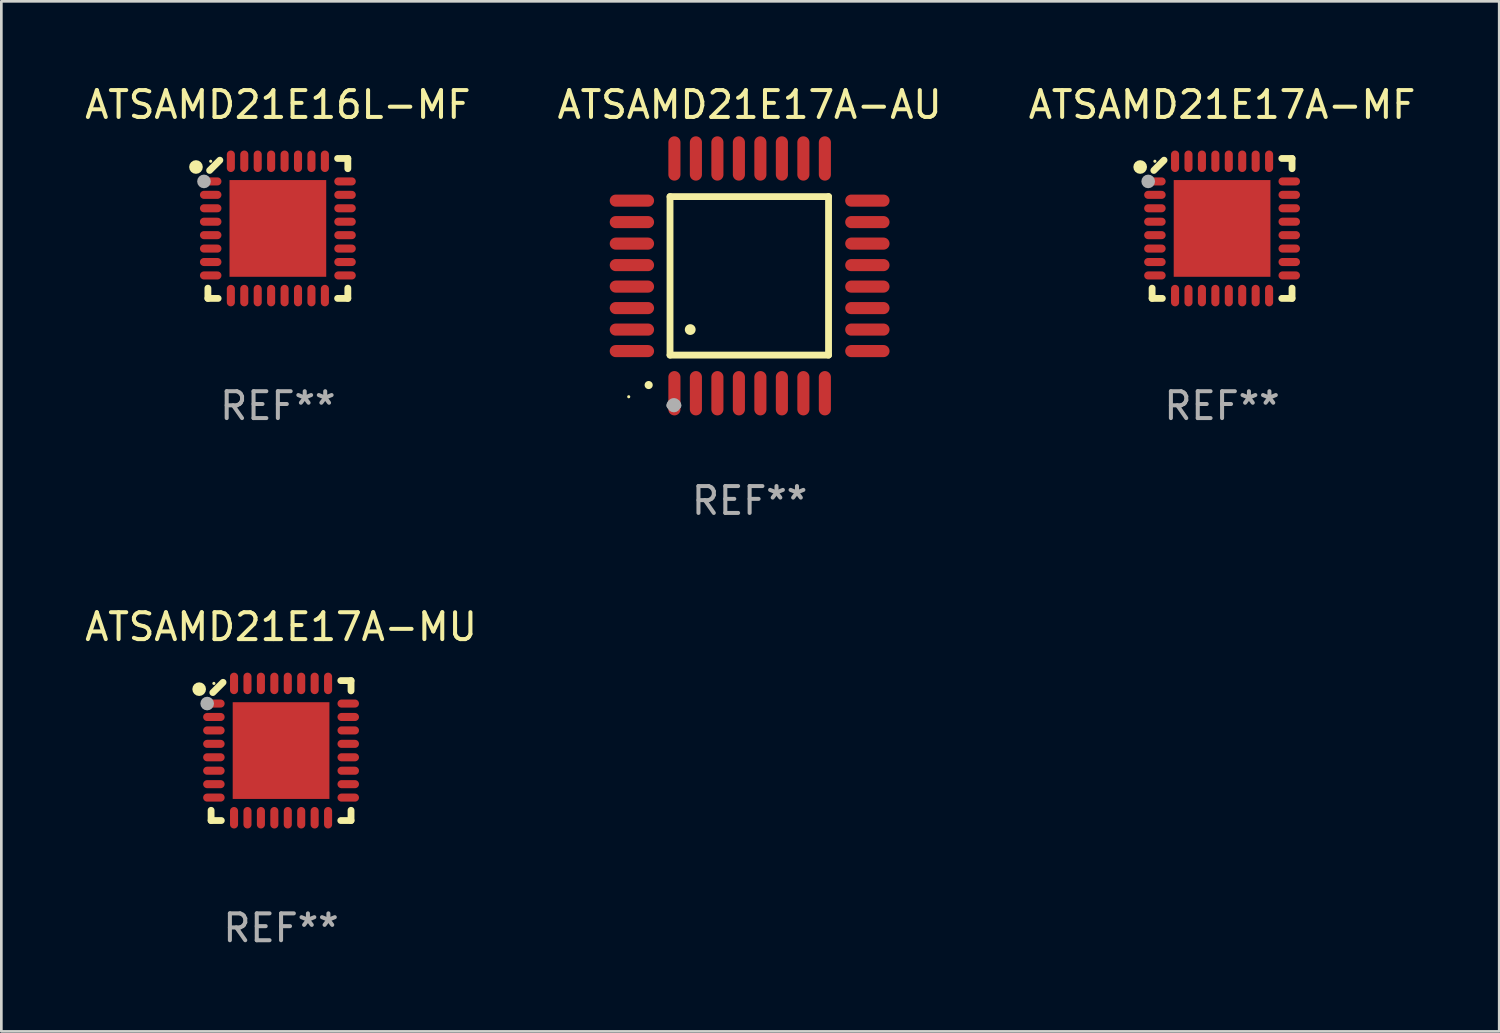
<source format=kicad_pcb>
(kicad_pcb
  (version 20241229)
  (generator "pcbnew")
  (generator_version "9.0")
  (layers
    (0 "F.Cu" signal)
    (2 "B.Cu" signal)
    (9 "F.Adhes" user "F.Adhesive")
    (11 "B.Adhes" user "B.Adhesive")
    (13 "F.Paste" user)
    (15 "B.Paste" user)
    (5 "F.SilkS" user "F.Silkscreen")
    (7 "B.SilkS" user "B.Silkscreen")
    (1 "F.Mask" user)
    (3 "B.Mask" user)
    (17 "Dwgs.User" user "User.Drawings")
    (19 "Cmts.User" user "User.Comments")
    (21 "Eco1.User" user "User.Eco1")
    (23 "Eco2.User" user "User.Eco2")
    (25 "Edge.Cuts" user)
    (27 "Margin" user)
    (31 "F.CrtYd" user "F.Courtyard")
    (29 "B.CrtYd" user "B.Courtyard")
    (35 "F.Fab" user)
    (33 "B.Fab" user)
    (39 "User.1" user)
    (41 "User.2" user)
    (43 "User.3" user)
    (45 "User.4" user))
  (footprint "ATSAMD21E17A-AU"
    (layer "F.Cu")
    (at 24.851 7.217)
    (property "Reference" "ATSAMD21E17A-AU" (at 0 -6.369 0) (layer "F.SilkS") (effects (font (size 1 1) (thickness 0.15))))
    (attr through_hole)
    (fp_line (start -2.963 -2.95) (end -2.963 2.95) (stroke (width 0.254) (type solid)) (layer "F.SilkS"))
    (fp_line (start -2.963 2.95) (end 2.937 2.95) (stroke (width 0.254) (type solid)) (layer "F.SilkS"))
    (fp_line (start 2.937 -2.95) (end -2.963 -2.95) (stroke (width 0.254) (type solid)) (layer "F.SilkS"))
    (fp_line (start 2.937 2.95) (end 2.937 -2.95) (stroke (width 0.254) (type solid)) (layer "F.SilkS"))
    (fp_arc (start -3.759208 4.064008) (mid -3.757938 4.064003) (end -3.756668 4.064008) (stroke (width 0.3) (type solid)) (layer "F.SilkS"))
    (fp_arc (start -2.212344 1.998984) (mid -2.211074 1.99898) (end -2.209804 1.998984) (stroke (width 0.4) (type solid)) (layer "F.SilkS"))
    (fp_circle (center -4.5 4.5) (end -4.47 4.5) (stroke (width 0.06) (type solid)) (fill no) (layer "F.SilkS"))
    (fp_arc (start -2.967489 4.82601) (mid -2.819406 4.677927) (end -2.671323 4.82601) (stroke (width 0.254001) (type solid)) (layer "F.Fab"))
    (fp_arc (start -2.967488 4.82601) (mid -2.819406 4.791053) (end -2.671324 4.82601) (stroke (width 0.254001) (type solid)) (layer "F.Fab"))
    (fp_circle (center -2.819 4.826) (end -2.692 4.826) (stroke (width 0.254) (type solid)) (fill no) (layer "F.Fab"))
    (fp_text user "REF**" (at 0 8.369 0) (layer "F.Fab") (effects (font (size 1 1) (thickness 0.15))))
    (pad "1" smd oval (at -2.8 4.369) (size 0.45 1.65) (layers "F.Cu" "F.Mask" "F.Paste"))
    (pad "2" smd oval (at -2 4.369) (size 0.45 1.65) (layers "F.Cu" "F.Mask" "F.Paste"))
    (pad "3" smd oval (at -1.2 4.369) (size 0.45 1.65) (layers "F.Cu" "F.Mask" "F.Paste"))
    (pad "4" smd oval (at -0.4 4.369) (size 0.45 1.65) (layers "F.Cu" "F.Mask" "F.Paste"))
    (pad "5" smd oval (at 0.4 4.369) (size 0.45 1.65) (layers "F.Cu" "F.Mask" "F.Paste"))
    (pad "6" smd oval (at 1.2 4.369) (size 0.45 1.65) (layers "F.Cu" "F.Mask" "F.Paste"))
    (pad "7" smd oval (at 2 4.369) (size 0.45 1.65) (layers "F.Cu" "F.Mask" "F.Paste"))
    (pad "8" smd oval (at 2.8 4.369) (size 0.45 1.65) (layers "F.Cu" "F.Mask" "F.Paste"))
    (pad "9" smd oval (at 4.382 2.8) (size 1.65 0.45) (layers "F.Cu" "F.Mask" "F.Paste"))
    (pad "10" smd oval (at 4.382 2) (size 1.65 0.45) (layers "F.Cu" "F.Mask" "F.Paste"))
    (pad "11" smd oval (at 4.382 1.2) (size 1.65 0.45) (layers "F.Cu" "F.Mask" "F.Paste"))
    (pad "12" smd oval (at 4.382 0.4) (size 1.65 0.45) (layers "F.Cu" "F.Mask" "F.Paste"))
    (pad "13" smd oval (at 4.382 -0.4) (size 1.65 0.45) (layers "F.Cu" "F.Mask" "F.Paste"))
    (pad "14" smd oval (at 4.382 -1.2) (size 1.65 0.45) (layers "F.Cu" "F.Mask" "F.Paste"))
    (pad "15" smd oval (at 4.382 -2) (size 1.65 0.45) (layers "F.Cu" "F.Mask" "F.Paste"))
    (pad "16" smd oval (at 4.382 -2.8) (size 1.65 0.45) (layers "F.Cu" "F.Mask" "F.Paste"))
    (pad "17" smd oval (at 2.8 -4.369) (size 0.45 1.65) (layers "F.Cu" "F.Mask" "F.Paste"))
    (pad "18" smd oval (at 2 -4.369) (size 0.45 1.65) (layers "F.Cu" "F.Mask" "F.Paste"))
    (pad "19" smd oval (at 1.2 -4.369) (size 0.45 1.65) (layers "F.Cu" "F.Mask" "F.Paste"))
    (pad "20" smd oval (at 0.4 -4.369) (size 0.45 1.65) (layers "F.Cu" "F.Mask" "F.Paste"))
    (pad "21" smd oval (at -0.4 -4.369) (size 0.45 1.65) (layers "F.Cu" "F.Mask" "F.Paste"))
    (pad "22" smd oval (at -1.2 -4.369) (size 0.45 1.65) (layers "F.Cu" "F.Mask" "F.Paste"))
    (pad "23" smd oval (at -2 -4.369) (size 0.45 1.65) (layers "F.Cu" "F.Mask" "F.Paste"))
    (pad "24" smd oval (at -2.8 -4.369) (size 0.45 1.65) (layers "F.Cu" "F.Mask" "F.Paste"))
    (pad "25" smd oval (at -4.382 -2.8) (size 1.65 0.45) (layers "F.Cu" "F.Mask" "F.Paste"))
    (pad "26" smd oval (at -4.382 -2) (size 1.65 0.45) (layers "F.Cu" "F.Mask" "F.Paste"))
    (pad "27" smd oval (at -4.382 -1.2) (size 1.65 0.45) (layers "F.Cu" "F.Mask" "F.Paste"))
    (pad "28" smd oval (at -4.382 -0.4) (size 1.65 0.45) (layers "F.Cu" "F.Mask" "F.Paste"))
    (pad "29" smd oval (at -4.382 0.4) (size 1.65 0.45) (layers "F.Cu" "F.Mask" "F.Paste"))
    (pad "30" smd oval (at -4.382 1.2) (size 1.65 0.45) (layers "F.Cu" "F.Mask" "F.Paste"))
    (pad "31" smd oval (at -4.382 2) (size 1.65 0.45) (layers "F.Cu" "F.Mask" "F.Paste"))
    (pad "32" smd oval (at -4.382 2.8) (size 1.65 0.45) (layers "F.Cu" "F.Mask" "F.Paste")))
  (footprint "ATSAMD21E17A-MU"
    (layer "F.Cu")
    (at 7.411 24.886)
    (property "Reference" "ATSAMD21E17A-MU" (at 0 -4.604 0) (layer "F.SilkS") (effects (font (size 1 1) (thickness 0.15))))
    (attr through_hole)
    (fp_line (start -2.604 2.223) (end -2.604 2.604) (stroke (width 0.254) (type solid)) (layer "F.SilkS"))
    (fp_line (start -2.604 2.604) (end -2.223 2.604) (stroke (width 0.254) (type solid)) (layer "F.SilkS"))
    (fp_line (start -2.159 -2.54) (end -2.54 -2.159) (stroke (width 0.254) (type solid)) (layer "F.SilkS"))
    (fp_line (start 2.223 2.604) (end 2.604 2.604) (stroke (width 0.254) (type solid)) (layer "F.SilkS"))
    (fp_line (start 2.604 -2.604) (end 2.223 -2.604) (stroke (width 0.254) (type solid)) (layer "F.SilkS"))
    (fp_line (start 2.604 -2.223) (end 2.604 -2.604) (stroke (width 0.254) (type solid)) (layer "F.SilkS"))
    (fp_line (start 2.604 2.604) (end 2.604 2.223) (stroke (width 0.254) (type solid)) (layer "F.SilkS"))
    (fp_circle (center -3.048 -2.286) (end -2.921 -2.286) (stroke (width 0.254) (type solid)) (fill no) (layer "F.SilkS"))
    (fp_circle (center -2.5 -2.5) (end -2.47 -2.5) (stroke (width 0.06) (type solid)) (fill no) (layer "F.SilkS"))
    (fp_circle (center -2.75 -1.75) (end -2.623 -1.75) (stroke (width 0.254) (type solid)) (fill no) (layer "F.Fab"))
    (fp_text user "REF**" (at 0 6.604 0) (layer "F.Fab") (effects (font (size 1 1) (thickness 0.15))))
    (pad "1" smd oval (at -2.5 -1.75) (size 0.8 0.3) (layers "F.Cu" "F.Mask" "F.Paste"))
    (pad "2" smd oval (at -2.5 -1.25) (size 0.8 0.3) (layers "F.Cu" "F.Mask" "F.Paste"))
    (pad "3" smd oval (at -2.5 -0.75) (size 0.8 0.3) (layers "F.Cu" "F.Mask" "F.Paste"))
    (pad "4" smd oval (at -2.5 -0.25) (size 0.8 0.3) (layers "F.Cu" "F.Mask" "F.Paste"))
    (pad "5" smd oval (at -2.5 0.25) (size 0.8 0.3) (layers "F.Cu" "F.Mask" "F.Paste"))
    (pad "6" smd oval (at -2.5 0.75) (size 0.8 0.3) (layers "F.Cu" "F.Mask" "F.Paste"))
    (pad "7" smd oval (at -2.5 1.25) (size 0.8 0.3) (layers "F.Cu" "F.Mask" "F.Paste"))
    (pad "8" smd oval (at -2.5 1.75) (size 0.8 0.3) (layers "F.Cu" "F.Mask" "F.Paste"))
    (pad "9" smd oval (at -1.75 2.5) (size 0.3 0.8) (layers "F.Cu" "F.Mask" "F.Paste"))
    (pad "10" smd oval (at -1.25 2.5) (size 0.3 0.8) (layers "F.Cu" "F.Mask" "F.Paste"))
    (pad "11" smd oval (at -0.75 2.5) (size 0.3 0.8) (layers "F.Cu" "F.Mask" "F.Paste"))
    (pad "12" smd oval (at -0.25 2.5) (size 0.3 0.8) (layers "F.Cu" "F.Mask" "F.Paste"))
    (pad "13" smd oval (at 0.25 2.5) (size 0.3 0.8) (layers "F.Cu" "F.Mask" "F.Paste"))
    (pad "14" smd oval (at 0.75 2.5) (size 0.3 0.8) (layers "F.Cu" "F.Mask" "F.Paste"))
    (pad "15" smd oval (at 1.25 2.5) (size 0.3 0.8) (layers "F.Cu" "F.Mask" "F.Paste"))
    (pad "16" smd oval (at 1.75 2.5) (size 0.3 0.8) (layers "F.Cu" "F.Mask" "F.Paste"))
    (pad "17" smd oval (at 2.5 1.75) (size 0.8 0.3) (layers "F.Cu" "F.Mask" "F.Paste"))
    (pad "18" smd oval (at 2.5 1.25) (size 0.8 0.3) (layers "F.Cu" "F.Mask" "F.Paste"))
    (pad "19" smd oval (at 2.5 0.75) (size 0.8 0.3) (layers "F.Cu" "F.Mask" "F.Paste"))
    (pad "20" smd oval (at 2.5 0.25) (size 0.8 0.3) (layers "F.Cu" "F.Mask" "F.Paste"))
    (pad "21" smd oval (at 2.5 -0.25) (size 0.8 0.3) (layers "F.Cu" "F.Mask" "F.Paste"))
    (pad "22" smd oval (at 2.5 -0.75) (size 0.8 0.3) (layers "F.Cu" "F.Mask" "F.Paste"))
    (pad "23" smd oval (at 2.5 -1.25) (size 0.8 0.3) (layers "F.Cu" "F.Mask" "F.Paste"))
    (pad "24" smd oval (at 2.5 -1.75) (size 0.8 0.3) (layers "F.Cu" "F.Mask" "F.Paste"))
    (pad "25" smd oval (at 1.75 -2.5) (size 0.3 0.8) (layers "F.Cu" "F.Mask" "F.Paste"))
    (pad "26" smd oval (at 1.25 -2.5) (size 0.3 0.8) (layers "F.Cu" "F.Mask" "F.Paste"))
    (pad "27" smd oval (at 0.75 -2.5) (size 0.3 0.8) (layers "F.Cu" "F.Mask" "F.Paste"))
    (pad "28" smd oval (at 0.25 -2.5) (size 0.3 0.8) (layers "F.Cu" "F.Mask" "F.Paste"))
    (pad "29" smd oval (at -0.25 -2.5) (size 0.3 0.8) (layers "F.Cu" "F.Mask" "F.Paste"))
    (pad "30" smd oval (at -0.75 -2.5) (size 0.3 0.8) (layers "F.Cu" "F.Mask" "F.Paste"))
    (pad "31" smd oval (at -1.25 -2.5) (size 0.3 0.8) (layers "F.Cu" "F.Mask" "F.Paste"))
    (pad "32" smd oval (at -1.75 -2.5) (size 0.3 0.8) (layers "F.Cu" "F.Mask" "F.Paste"))
    (pad "33" smd rect (at -0.000076 0) (size 3.6 3.6) (layers "F.Cu" "F.Mask" "F.Paste")))
  (footprint "ATSAMD21E17A-MF"
    (layer "F.Cu")
    (at 42.435 5.452)
    (property "Reference" "ATSAMD21E17A-MF" (at 0 -4.604 0) (layer "F.SilkS") (effects (font (size 1 1) (thickness 0.15))))
    (attr through_hole)
    (fp_line (start -2.604 2.223) (end -2.604 2.604) (stroke (width 0.254) (type solid)) (layer "F.SilkS"))
    (fp_line (start -2.604 2.604) (end -2.223 2.604) (stroke (width 0.254) (type solid)) (layer "F.SilkS"))
    (fp_line (start -2.159 -2.54) (end -2.54 -2.159) (stroke (width 0.254) (type solid)) (layer "F.SilkS"))
    (fp_line (start 2.223 2.604) (end 2.604 2.604) (stroke (width 0.254) (type solid)) (layer "F.SilkS"))
    (fp_line (start 2.604 -2.604) (end 2.223 -2.604) (stroke (width 0.254) (type solid)) (layer "F.SilkS"))
    (fp_line (start 2.604 -2.223) (end 2.604 -2.604) (stroke (width 0.254) (type solid)) (layer "F.SilkS"))
    (fp_line (start 2.604 2.604) (end 2.604 2.223) (stroke (width 0.254) (type solid)) (layer "F.SilkS"))
    (fp_circle (center -3.048 -2.286) (end -2.921 -2.286) (stroke (width 0.254) (type solid)) (fill no) (layer "F.SilkS"))
    (fp_circle (center -2.5 -2.5) (end -2.47 -2.5) (stroke (width 0.06) (type solid)) (fill no) (layer "F.SilkS"))
    (fp_circle (center -2.75 -1.75) (end -2.623 -1.75) (stroke (width 0.254) (type solid)) (fill no) (layer "F.Fab"))
    (fp_text user "REF**" (at 0 6.604 0) (layer "F.Fab") (effects (font (size 1 1) (thickness 0.15))))
    (pad "1" smd oval (at -2.5 -1.75) (size 0.8 0.3) (layers "F.Cu" "F.Mask" "F.Paste"))
    (pad "2" smd oval (at -2.5 -1.25) (size 0.8 0.3) (layers "F.Cu" "F.Mask" "F.Paste"))
    (pad "3" smd oval (at -2.5 -0.75) (size 0.8 0.3) (layers "F.Cu" "F.Mask" "F.Paste"))
    (pad "4" smd oval (at -2.5 -0.25) (size 0.8 0.3) (layers "F.Cu" "F.Mask" "F.Paste"))
    (pad "5" smd oval (at -2.5 0.25) (size 0.8 0.3) (layers "F.Cu" "F.Mask" "F.Paste"))
    (pad "6" smd oval (at -2.5 0.75) (size 0.8 0.3) (layers "F.Cu" "F.Mask" "F.Paste"))
    (pad "7" smd oval (at -2.5 1.25) (size 0.8 0.3) (layers "F.Cu" "F.Mask" "F.Paste"))
    (pad "8" smd oval (at -2.5 1.75) (size 0.8 0.3) (layers "F.Cu" "F.Mask" "F.Paste"))
    (pad "9" smd oval (at -1.75 2.5) (size 0.3 0.8) (layers "F.Cu" "F.Mask" "F.Paste"))
    (pad "10" smd oval (at -1.25 2.5) (size 0.3 0.8) (layers "F.Cu" "F.Mask" "F.Paste"))
    (pad "11" smd oval (at -0.75 2.5) (size 0.3 0.8) (layers "F.Cu" "F.Mask" "F.Paste"))
    (pad "12" smd oval (at -0.25 2.5) (size 0.3 0.8) (layers "F.Cu" "F.Mask" "F.Paste"))
    (pad "13" smd oval (at 0.25 2.5) (size 0.3 0.8) (layers "F.Cu" "F.Mask" "F.Paste"))
    (pad "14" smd oval (at 0.75 2.5) (size 0.3 0.8) (layers "F.Cu" "F.Mask" "F.Paste"))
    (pad "15" smd oval (at 1.25 2.5) (size 0.3 0.8) (layers "F.Cu" "F.Mask" "F.Paste"))
    (pad "16" smd oval (at 1.75 2.5) (size 0.3 0.8) (layers "F.Cu" "F.Mask" "F.Paste"))
    (pad "17" smd oval (at 2.5 1.75) (size 0.8 0.3) (layers "F.Cu" "F.Mask" "F.Paste"))
    (pad "18" smd oval (at 2.5 1.25) (size 0.8 0.3) (layers "F.Cu" "F.Mask" "F.Paste"))
    (pad "19" smd oval (at 2.5 0.75) (size 0.8 0.3) (layers "F.Cu" "F.Mask" "F.Paste"))
    (pad "20" smd oval (at 2.5 0.25) (size 0.8 0.3) (layers "F.Cu" "F.Mask" "F.Paste"))
    (pad "21" smd oval (at 2.5 -0.25) (size 0.8 0.3) (layers "F.Cu" "F.Mask" "F.Paste"))
    (pad "22" smd oval (at 2.5 -0.75) (size 0.8 0.3) (layers "F.Cu" "F.Mask" "F.Paste"))
    (pad "23" smd oval (at 2.5 -1.25) (size 0.8 0.3) (layers "F.Cu" "F.Mask" "F.Paste"))
    (pad "24" smd oval (at 2.5 -1.75) (size 0.8 0.3) (layers "F.Cu" "F.Mask" "F.Paste"))
    (pad "25" smd oval (at 1.75 -2.5) (size 0.3 0.8) (layers "F.Cu" "F.Mask" "F.Paste"))
    (pad "26" smd oval (at 1.25 -2.5) (size 0.3 0.8) (layers "F.Cu" "F.Mask" "F.Paste"))
    (pad "27" smd oval (at 0.75 -2.5) (size 0.3 0.8) (layers "F.Cu" "F.Mask" "F.Paste"))
    (pad "28" smd oval (at 0.25 -2.5) (size 0.3 0.8) (layers "F.Cu" "F.Mask" "F.Paste"))
    (pad "29" smd oval (at -0.25 -2.5) (size 0.3 0.8) (layers "F.Cu" "F.Mask" "F.Paste"))
    (pad "30" smd oval (at -0.75 -2.5) (size 0.3 0.8) (layers "F.Cu" "F.Mask" "F.Paste"))
    (pad "31" smd oval (at -1.25 -2.5) (size 0.3 0.8) (layers "F.Cu" "F.Mask" "F.Paste"))
    (pad "32" smd oval (at -1.75 -2.5) (size 0.3 0.8) (layers "F.Cu" "F.Mask" "F.Paste"))
    (pad "33" smd rect (at -0.000076 0) (size 3.6 3.6) (layers "F.Cu" "F.Mask" "F.Paste")))
  (footprint "ATSAMD21E16L-MF"
    (layer "F.Cu")
    (at 7.292 5.452)
    (property "Reference" "ATSAMD21E16L-MF" (at 0 -4.604 0) (layer "F.SilkS") (effects (font (size 1 1) (thickness 0.15))))
    (attr through_hole)
    (fp_line (start -2.604 2.223) (end -2.604 2.604) (stroke (width 0.254) (type solid)) (layer "F.SilkS"))
    (fp_line (start -2.604 2.604) (end -2.223 2.604) (stroke (width 0.254) (type solid)) (layer "F.SilkS"))
    (fp_line (start -2.159 -2.54) (end -2.54 -2.159) (stroke (width 0.254) (type solid)) (layer "F.SilkS"))
    (fp_line (start 2.223 2.604) (end 2.604 2.604) (stroke (width 0.254) (type solid)) (layer "F.SilkS"))
    (fp_line (start 2.604 -2.604) (end 2.223 -2.604) (stroke (width 0.254) (type solid)) (layer "F.SilkS"))
    (fp_line (start 2.604 -2.223) (end 2.604 -2.604) (stroke (width 0.254) (type solid)) (layer "F.SilkS"))
    (fp_line (start 2.604 2.604) (end 2.604 2.223) (stroke (width 0.254) (type solid)) (layer "F.SilkS"))
    (fp_circle (center -3.048 -2.286) (end -2.921 -2.286) (stroke (width 0.254) (type solid)) (fill no) (layer "F.SilkS"))
    (fp_circle (center -2.5 -2.5) (end -2.47 -2.5) (stroke (width 0.06) (type solid)) (fill no) (layer "F.SilkS"))
    (fp_circle (center -2.75 -1.75) (end -2.623 -1.75) (stroke (width 0.254) (type solid)) (fill no) (layer "F.Fab"))
    (fp_text user "REF**" (at 0 6.604 0) (layer "F.Fab") (effects (font (size 1 1) (thickness 0.15))))
    (pad "1" smd oval (at -2.5 -1.75) (size 0.8 0.3) (layers "F.Cu" "F.Mask" "F.Paste"))
    (pad "2" smd oval (at -2.5 -1.25) (size 0.8 0.3) (layers "F.Cu" "F.Mask" "F.Paste"))
    (pad "3" smd oval (at -2.5 -0.75) (size 0.8 0.3) (layers "F.Cu" "F.Mask" "F.Paste"))
    (pad "4" smd oval (at -2.5 -0.25) (size 0.8 0.3) (layers "F.Cu" "F.Mask" "F.Paste"))
    (pad "5" smd oval (at -2.5 0.25) (size 0.8 0.3) (layers "F.Cu" "F.Mask" "F.Paste"))
    (pad "6" smd oval (at -2.5 0.75) (size 0.8 0.3) (layers "F.Cu" "F.Mask" "F.Paste"))
    (pad "7" smd oval (at -2.5 1.25) (size 0.8 0.3) (layers "F.Cu" "F.Mask" "F.Paste"))
    (pad "8" smd oval (at -2.5 1.75) (size 0.8 0.3) (layers "F.Cu" "F.Mask" "F.Paste"))
    (pad "9" smd oval (at -1.75 2.5) (size 0.3 0.8) (layers "F.Cu" "F.Mask" "F.Paste"))
    (pad "10" smd oval (at -1.25 2.5) (size 0.3 0.8) (layers "F.Cu" "F.Mask" "F.Paste"))
    (pad "11" smd oval (at -0.75 2.5) (size 0.3 0.8) (layers "F.Cu" "F.Mask" "F.Paste"))
    (pad "12" smd oval (at -0.25 2.5) (size 0.3 0.8) (layers "F.Cu" "F.Mask" "F.Paste"))
    (pad "13" smd oval (at 0.25 2.5) (size 0.3 0.8) (layers "F.Cu" "F.Mask" "F.Paste"))
    (pad "14" smd oval (at 0.75 2.5) (size 0.3 0.8) (layers "F.Cu" "F.Mask" "F.Paste"))
    (pad "15" smd oval (at 1.25 2.5) (size 0.3 0.8) (layers "F.Cu" "F.Mask" "F.Paste"))
    (pad "16" smd oval (at 1.75 2.5) (size 0.3 0.8) (layers "F.Cu" "F.Mask" "F.Paste"))
    (pad "17" smd oval (at 2.5 1.75) (size 0.8 0.3) (layers "F.Cu" "F.Mask" "F.Paste"))
    (pad "18" smd oval (at 2.5 1.25) (size 0.8 0.3) (layers "F.Cu" "F.Mask" "F.Paste"))
    (pad "19" smd oval (at 2.5 0.75) (size 0.8 0.3) (layers "F.Cu" "F.Mask" "F.Paste"))
    (pad "20" smd oval (at 2.5 0.25) (size 0.8 0.3) (layers "F.Cu" "F.Mask" "F.Paste"))
    (pad "21" smd oval (at 2.5 -0.25) (size 0.8 0.3) (layers "F.Cu" "F.Mask" "F.Paste"))
    (pad "22" smd oval (at 2.5 -0.75) (size 0.8 0.3) (layers "F.Cu" "F.Mask" "F.Paste"))
    (pad "23" smd oval (at 2.5 -1.25) (size 0.8 0.3) (layers "F.Cu" "F.Mask" "F.Paste"))
    (pad "24" smd oval (at 2.5 -1.75) (size 0.8 0.3) (layers "F.Cu" "F.Mask" "F.Paste"))
    (pad "25" smd oval (at 1.75 -2.5) (size 0.3 0.8) (layers "F.Cu" "F.Mask" "F.Paste"))
    (pad "26" smd oval (at 1.25 -2.5) (size 0.3 0.8) (layers "F.Cu" "F.Mask" "F.Paste"))
    (pad "27" smd oval (at 0.75 -2.5) (size 0.3 0.8) (layers "F.Cu" "F.Mask" "F.Paste"))
    (pad "28" smd oval (at 0.25 -2.5) (size 0.3 0.8) (layers "F.Cu" "F.Mask" "F.Paste"))
    (pad "29" smd oval (at -0.25 -2.5) (size 0.3 0.8) (layers "F.Cu" "F.Mask" "F.Paste"))
    (pad "30" smd oval (at -0.75 -2.5) (size 0.3 0.8) (layers "F.Cu" "F.Mask" "F.Paste"))
    (pad "31" smd oval (at -1.25 -2.5) (size 0.3 0.8) (layers "F.Cu" "F.Mask" "F.Paste"))
    (pad "32" smd oval (at -1.75 -2.5) (size 0.3 0.8) (layers "F.Cu" "F.Mask" "F.Paste"))
    (pad "33" smd rect (at -0.000076 0) (size 3.6 3.6) (layers "F.Cu" "F.Mask" "F.Paste")))
  (gr_rect
    (start -3 -3)
    (end 52.75 35.338)
    (stroke (width 0.1) (type default))
    (fill no)
    (layer "Edge.Cuts")))
</source>
